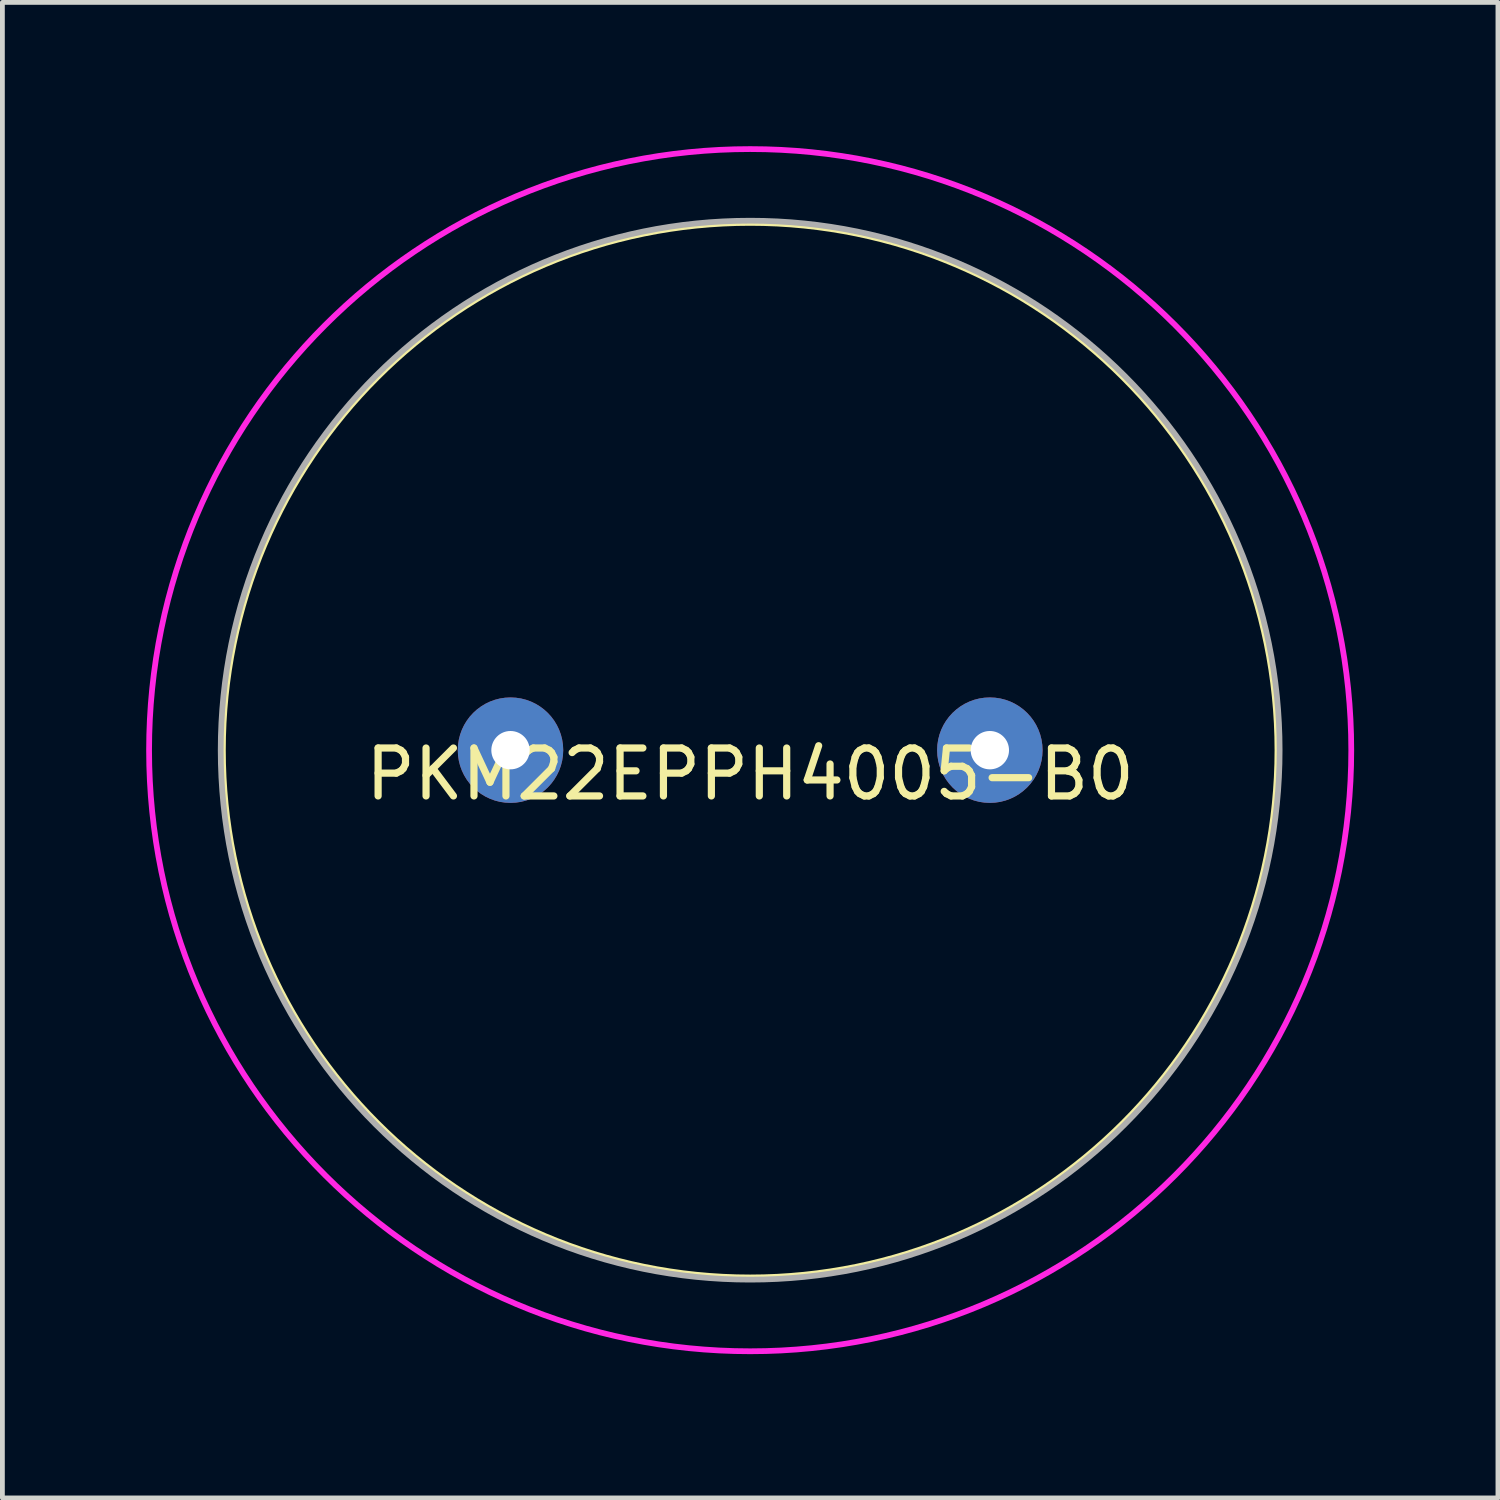
<source format=kicad_pcb>
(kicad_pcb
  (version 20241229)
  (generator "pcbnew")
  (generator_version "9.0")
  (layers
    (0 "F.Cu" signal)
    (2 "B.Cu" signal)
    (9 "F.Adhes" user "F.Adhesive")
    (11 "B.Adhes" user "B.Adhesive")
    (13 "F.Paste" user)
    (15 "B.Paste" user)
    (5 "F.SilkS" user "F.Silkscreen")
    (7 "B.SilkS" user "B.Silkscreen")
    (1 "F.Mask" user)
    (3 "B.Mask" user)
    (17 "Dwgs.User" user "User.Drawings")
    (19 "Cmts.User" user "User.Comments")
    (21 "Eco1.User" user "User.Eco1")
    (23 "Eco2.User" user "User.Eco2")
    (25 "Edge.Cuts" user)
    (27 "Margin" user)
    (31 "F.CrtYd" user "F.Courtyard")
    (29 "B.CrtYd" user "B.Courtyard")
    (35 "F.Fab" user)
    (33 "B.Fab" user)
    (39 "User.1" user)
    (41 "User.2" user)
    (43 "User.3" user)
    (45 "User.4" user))
  (footprint "PKM22EPPH4005-B0"
    (layer "F.Cu")
    (at 12.6 12.6)
    (property "Reference" "PKM22EPPH4005-B0" (at 0 0.5 0) (layer "F.SilkS") (effects (font (size 1 1) (thickness 0.15))))
    (attr through_hole)
    (fp_circle (center 0 0) (end 11 0) (stroke (width 0.12) (type solid)) (fill no) (layer "F.SilkS"))
    (fp_circle (center 0 0) (end 12.5 1) (stroke (width 0.12) (type solid)) (fill no) (layer "F.CrtYd"))
    (fp_circle (center 0 0) (end 11 -1) (stroke (width 0.12) (type solid)) (fill no) (layer "F.Fab"))
    (pad "1" thru_hole circle (at -5 0) (size 2.2 2.2) (drill 0.8) (layers "*.Cu" "*.Mask"))
    (pad "2" thru_hole circle (at 5 0) (size 2.2 2.2) (drill 0.8) (layers "*.Cu" "*.Mask")))
  (gr_rect
    (start -3 -3)
    (end 28.2 28.2)
    (stroke (width 0.1) (type default))
    (fill no)
    (layer "Edge.Cuts")))
</source>
